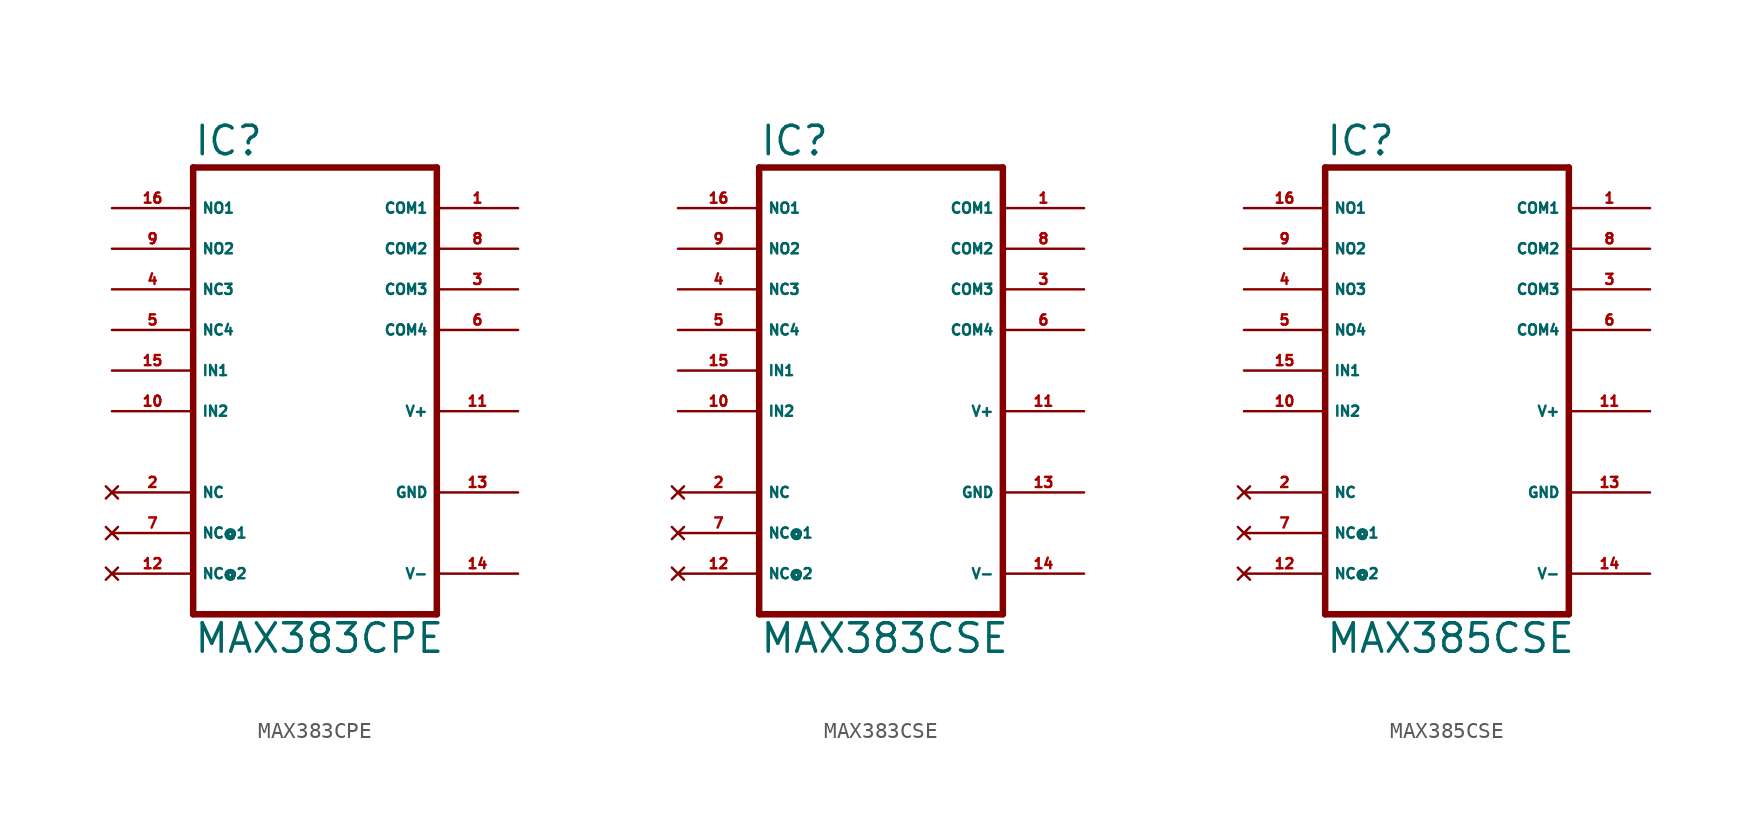
<source format=kicad_sym>
(kicad_symbol_lib
  (version 20220914)
  (generator Eagle2Kicad)
  (symbol "MAX383CPE"
    (property "Reference" "IC"
      (at -7.62 15.875 0)
      (effects (font (size 1.778 1.778) (thickness 0.22)) (justify left bottom)))
    (property "Value" "MAX383CPE"
      (at -7.62 -15.24 0)
      (effects (font (size 1.778 1.778) (thickness 0.22)) (justify left bottom)))
    (polyline
      (pts (xy -7.62 -12.7) (xy 7.62 -12.7))
      (stroke (width 0.406) (type default))
      (fill (type none)))
    (polyline
      (pts (xy 7.62 -12.7) (xy 7.62 15.24))
      (stroke (width 0.406) (type default))
      (fill (type none)))
    (polyline
      (pts (xy 7.62 15.24) (xy -7.62 15.24))
      (stroke (width 0.406) (type default))
      (fill (type none)))
    (polyline
      (pts (xy -7.62 15.24) (xy -7.62 -12.7))
      (stroke (width 0.406) (type default))
      (fill (type none)))
    (pin input line
      (at -12.7 2.54 0)
      (length 5.08)
      (name "IN1" (effects (font (size 0.635 0.635) (thickness 0.08)) (justify left bottom)))
      (number "15" (effects (font (size 0.635 0.635) (thickness 0.08)) (justify left bottom))))
    (pin input line
      (at -12.7 0 0)
      (length 5.08)
      (name "IN2" (effects (font (size 0.635 0.635) (thickness 0.08)) (justify left bottom)))
      (number "10" (effects (font (size 0.635 0.635) (thickness 0.08)) (justify left bottom))))
    (pin passive line
      (at -12.7 12.7 0)
      (length 5.08)
      (name "NO1" (effects (font (size 0.635 0.635) (thickness 0.08)) (justify left bottom)))
      (number "16" (effects (font (size 0.635 0.635) (thickness 0.08)) (justify left bottom))))
    (pin passive line
      (at -12.7 10.16 0)
      (length 5.08)
      (name "NO2" (effects (font (size 0.635 0.635) (thickness 0.08)) (justify left bottom)))
      (number "9" (effects (font (size 0.635 0.635) (thickness 0.08)) (justify left bottom))))
    (pin passive line
      (at 12.7 12.7 180)
      (length 5.08)
      (name "COM1" (effects (font (size 0.635 0.635) (thickness 0.08)) (justify left bottom)))
      (number "1" (effects (font (size 0.635 0.635) (thickness 0.08)) (justify left bottom))))
    (pin passive line
      (at 12.7 10.16 180)
      (length 5.08)
      (name "COM2" (effects (font (size 0.635 0.635) (thickness 0.08)) (justify left bottom)))
      (number "8" (effects (font (size 0.635 0.635) (thickness 0.08)) (justify left bottom))))
    (pin unspecified line
      (at 12.7 0 180)
      (length 5.08)
      (name "V+" (effects (font (size 0.635 0.635) (thickness 0.08)) (justify left bottom)))
      (number "11" (effects (font (size 0.635 0.635) (thickness 0.08)) (justify left bottom))))
    (pin unspecified line
      (at 12.7 -5.08 180)
      (length 5.08)
      (name "GND" (effects (font (size 0.635 0.635) (thickness 0.08)) (justify left bottom)))
      (number "13" (effects (font (size 0.635 0.635) (thickness 0.08)) (justify left bottom))))
    (pin unspecified line
      (at 12.7 -10.16 180)
      (length 5.08)
      (name "V-" (effects (font (size 0.635 0.635) (thickness 0.08)) (justify left bottom)))
      (number "14" (effects (font (size 0.635 0.635) (thickness 0.08)) (justify left bottom))))
    (pin no_connect line
      (at -12.7 -5.08 0)
      (length 5.08)
      (name "NC" (effects (font (size 0.635 0.635) (thickness 0.08)) (justify left bottom) hide))
      (number "2" (effects (font (size 0.635 0.635) (thickness 0.08)) (justify left bottom) hide)))
    (pin no_connect line
      (at -12.7 -7.62 0)
      (length 5.08)
      (name "NC@1" (effects (font (size 0.635 0.635) (thickness 0.08)) (justify left bottom) hide))
      (number "7" (effects (font (size 0.635 0.635) (thickness 0.08)) (justify left bottom) hide)))
    (pin no_connect line
      (at -12.7 -10.16 0)
      (length 5.08)
      (name "NC@2" (effects (font (size 0.635 0.635) (thickness 0.08)) (justify left bottom) hide))
      (number "12" (effects (font (size 0.635 0.635) (thickness 0.08)) (justify left bottom) hide)))
    (pin passive line
      (at -12.7 7.62 0)
      (length 5.08)
      (name "NC3" (effects (font (size 0.635 0.635) (thickness 0.08)) (justify left bottom)))
      (number "4" (effects (font (size 0.635 0.635) (thickness 0.08)) (justify left bottom))))
    (pin passive line
      (at -12.7 5.08 0)
      (length 5.08)
      (name "NC4" (effects (font (size 0.635 0.635) (thickness 0.08)) (justify left bottom)))
      (number "5" (effects (font (size 0.635 0.635) (thickness 0.08)) (justify left bottom))))
    (pin passive line
      (at 12.7 7.62 180)
      (length 5.08)
      (name "COM3" (effects (font (size 0.635 0.635) (thickness 0.08)) (justify left bottom)))
      (number "3" (effects (font (size 0.635 0.635) (thickness 0.08)) (justify left bottom))))
    (pin passive line
      (at 12.7 5.08 180)
      (length 5.08)
      (name "COM4" (effects (font (size 0.635 0.635) (thickness 0.08)) (justify left bottom)))
      (number "6" (effects (font (size 0.635 0.635) (thickness 0.08)) (justify left bottom)))))
  (symbol "MAX383CSE"
    (property "Reference" "IC"
      (at -7.62 15.875 0)
      (effects (font (size 1.778 1.778) (thickness 0.22)) (justify left bottom)))
    (property "Value" "MAX383CSE"
      (at -7.62 -15.24 0)
      (effects (font (size 1.778 1.778) (thickness 0.22)) (justify left bottom)))
    (polyline
      (pts (xy -7.62 -12.7) (xy 7.62 -12.7))
      (stroke (width 0.406) (type default))
      (fill (type none)))
    (polyline
      (pts (xy 7.62 -12.7) (xy 7.62 15.24))
      (stroke (width 0.406) (type default))
      (fill (type none)))
    (polyline
      (pts (xy 7.62 15.24) (xy -7.62 15.24))
      (stroke (width 0.406) (type default))
      (fill (type none)))
    (polyline
      (pts (xy -7.62 15.24) (xy -7.62 -12.7))
      (stroke (width 0.406) (type default))
      (fill (type none)))
    (pin input line
      (at -12.7 2.54 0)
      (length 5.08)
      (name "IN1" (effects (font (size 0.635 0.635) (thickness 0.08)) (justify left bottom)))
      (number "15" (effects (font (size 0.635 0.635) (thickness 0.08)) (justify left bottom))))
    (pin input line
      (at -12.7 0 0)
      (length 5.08)
      (name "IN2" (effects (font (size 0.635 0.635) (thickness 0.08)) (justify left bottom)))
      (number "10" (effects (font (size 0.635 0.635) (thickness 0.08)) (justify left bottom))))
    (pin passive line
      (at -12.7 12.7 0)
      (length 5.08)
      (name "NO1" (effects (font (size 0.635 0.635) (thickness 0.08)) (justify left bottom)))
      (number "16" (effects (font (size 0.635 0.635) (thickness 0.08)) (justify left bottom))))
    (pin passive line
      (at -12.7 10.16 0)
      (length 5.08)
      (name "NO2" (effects (font (size 0.635 0.635) (thickness 0.08)) (justify left bottom)))
      (number "9" (effects (font (size 0.635 0.635) (thickness 0.08)) (justify left bottom))))
    (pin passive line
      (at 12.7 12.7 180)
      (length 5.08)
      (name "COM1" (effects (font (size 0.635 0.635) (thickness 0.08)) (justify left bottom)))
      (number "1" (effects (font (size 0.635 0.635) (thickness 0.08)) (justify left bottom))))
    (pin passive line
      (at 12.7 10.16 180)
      (length 5.08)
      (name "COM2" (effects (font (size 0.635 0.635) (thickness 0.08)) (justify left bottom)))
      (number "8" (effects (font (size 0.635 0.635) (thickness 0.08)) (justify left bottom))))
    (pin unspecified line
      (at 12.7 0 180)
      (length 5.08)
      (name "V+" (effects (font (size 0.635 0.635) (thickness 0.08)) (justify left bottom)))
      (number "11" (effects (font (size 0.635 0.635) (thickness 0.08)) (justify left bottom))))
    (pin unspecified line
      (at 12.7 -5.08 180)
      (length 5.08)
      (name "GND" (effects (font (size 0.635 0.635) (thickness 0.08)) (justify left bottom)))
      (number "13" (effects (font (size 0.635 0.635) (thickness 0.08)) (justify left bottom))))
    (pin unspecified line
      (at 12.7 -10.16 180)
      (length 5.08)
      (name "V-" (effects (font (size 0.635 0.635) (thickness 0.08)) (justify left bottom)))
      (number "14" (effects (font (size 0.635 0.635) (thickness 0.08)) (justify left bottom))))
    (pin no_connect line
      (at -12.7 -5.08 0)
      (length 5.08)
      (name "NC" (effects (font (size 0.635 0.635) (thickness 0.08)) (justify left bottom) hide))
      (number "2" (effects (font (size 0.635 0.635) (thickness 0.08)) (justify left bottom) hide)))
    (pin no_connect line
      (at -12.7 -7.62 0)
      (length 5.08)
      (name "NC@1" (effects (font (size 0.635 0.635) (thickness 0.08)) (justify left bottom) hide))
      (number "7" (effects (font (size 0.635 0.635) (thickness 0.08)) (justify left bottom) hide)))
    (pin no_connect line
      (at -12.7 -10.16 0)
      (length 5.08)
      (name "NC@2" (effects (font (size 0.635 0.635) (thickness 0.08)) (justify left bottom) hide))
      (number "12" (effects (font (size 0.635 0.635) (thickness 0.08)) (justify left bottom) hide)))
    (pin passive line
      (at -12.7 7.62 0)
      (length 5.08)
      (name "NC3" (effects (font (size 0.635 0.635) (thickness 0.08)) (justify left bottom)))
      (number "4" (effects (font (size 0.635 0.635) (thickness 0.08)) (justify left bottom))))
    (pin passive line
      (at -12.7 5.08 0)
      (length 5.08)
      (name "NC4" (effects (font (size 0.635 0.635) (thickness 0.08)) (justify left bottom)))
      (number "5" (effects (font (size 0.635 0.635) (thickness 0.08)) (justify left bottom))))
    (pin passive line
      (at 12.7 7.62 180)
      (length 5.08)
      (name "COM3" (effects (font (size 0.635 0.635) (thickness 0.08)) (justify left bottom)))
      (number "3" (effects (font (size 0.635 0.635) (thickness 0.08)) (justify left bottom))))
    (pin passive line
      (at 12.7 5.08 180)
      (length 5.08)
      (name "COM4" (effects (font (size 0.635 0.635) (thickness 0.08)) (justify left bottom)))
      (number "6" (effects (font (size 0.635 0.635) (thickness 0.08)) (justify left bottom)))))
  (symbol "MAX385CSE"
    (property "Reference" "IC"
      (at -7.62 15.875 0)
      (effects (font (size 1.778 1.778) (thickness 0.22)) (justify left bottom)))
    (property "Value" "MAX385CSE"
      (at -7.62 -15.24 0)
      (effects (font (size 1.778 1.778) (thickness 0.22)) (justify left bottom)))
    (polyline
      (pts (xy -7.62 -12.7) (xy 7.62 -12.7))
      (stroke (width 0.406) (type default))
      (fill (type none)))
    (polyline
      (pts (xy 7.62 -12.7) (xy 7.62 15.24))
      (stroke (width 0.406) (type default))
      (fill (type none)))
    (polyline
      (pts (xy 7.62 15.24) (xy -7.62 15.24))
      (stroke (width 0.406) (type default))
      (fill (type none)))
    (polyline
      (pts (xy -7.62 15.24) (xy -7.62 -12.7))
      (stroke (width 0.406) (type default))
      (fill (type none)))
    (pin input line
      (at -12.7 2.54 0)
      (length 5.08)
      (name "IN1" (effects (font (size 0.635 0.635) (thickness 0.08)) (justify left bottom)))
      (number "15" (effects (font (size 0.635 0.635) (thickness 0.08)) (justify left bottom))))
    (pin input line
      (at -12.7 0 0)
      (length 5.08)
      (name "IN2" (effects (font (size 0.635 0.635) (thickness 0.08)) (justify left bottom)))
      (number "10" (effects (font (size 0.635 0.635) (thickness 0.08)) (justify left bottom))))
    (pin passive line
      (at -12.7 12.7 0)
      (length 5.08)
      (name "NO1" (effects (font (size 0.635 0.635) (thickness 0.08)) (justify left bottom)))
      (number "16" (effects (font (size 0.635 0.635) (thickness 0.08)) (justify left bottom))))
    (pin passive line
      (at -12.7 10.16 0)
      (length 5.08)
      (name "NO2" (effects (font (size 0.635 0.635) (thickness 0.08)) (justify left bottom)))
      (number "9" (effects (font (size 0.635 0.635) (thickness 0.08)) (justify left bottom))))
    (pin passive line
      (at 12.7 12.7 180)
      (length 5.08)
      (name "COM1" (effects (font (size 0.635 0.635) (thickness 0.08)) (justify left bottom)))
      (number "1" (effects (font (size 0.635 0.635) (thickness 0.08)) (justify left bottom))))
    (pin passive line
      (at 12.7 10.16 180)
      (length 5.08)
      (name "COM2" (effects (font (size 0.635 0.635) (thickness 0.08)) (justify left bottom)))
      (number "8" (effects (font (size 0.635 0.635) (thickness 0.08)) (justify left bottom))))
    (pin unspecified line
      (at 12.7 0 180)
      (length 5.08)
      (name "V+" (effects (font (size 0.635 0.635) (thickness 0.08)) (justify left bottom)))
      (number "11" (effects (font (size 0.635 0.635) (thickness 0.08)) (justify left bottom))))
    (pin unspecified line
      (at 12.7 -5.08 180)
      (length 5.08)
      (name "GND" (effects (font (size 0.635 0.635) (thickness 0.08)) (justify left bottom)))
      (number "13" (effects (font (size 0.635 0.635) (thickness 0.08)) (justify left bottom))))
    (pin unspecified line
      (at 12.7 -10.16 180)
      (length 5.08)
      (name "V-" (effects (font (size 0.635 0.635) (thickness 0.08)) (justify left bottom)))
      (number "14" (effects (font (size 0.635 0.635) (thickness 0.08)) (justify left bottom))))
    (pin no_connect line
      (at -12.7 -5.08 0)
      (length 5.08)
      (name "NC" (effects (font (size 0.635 0.635) (thickness 0.08)) (justify left bottom) hide))
      (number "2" (effects (font (size 0.635 0.635) (thickness 0.08)) (justify left bottom) hide)))
    (pin no_connect line
      (at -12.7 -7.62 0)
      (length 5.08)
      (name "NC@1" (effects (font (size 0.635 0.635) (thickness 0.08)) (justify left bottom) hide))
      (number "7" (effects (font (size 0.635 0.635) (thickness 0.08)) (justify left bottom) hide)))
    (pin no_connect line
      (at -12.7 -10.16 0)
      (length 5.08)
      (name "NC@2" (effects (font (size 0.635 0.635) (thickness 0.08)) (justify left bottom) hide))
      (number "12" (effects (font (size 0.635 0.635) (thickness 0.08)) (justify left bottom) hide)))
    (pin passive line
      (at -12.7 7.62 0)
      (length 5.08)
      (name "NO3" (effects (font (size 0.635 0.635) (thickness 0.08)) (justify left bottom)))
      (number "4" (effects (font (size 0.635 0.635) (thickness 0.08)) (justify left bottom))))
    (pin passive line
      (at -12.7 5.08 0)
      (length 5.08)
      (name "NO4" (effects (font (size 0.635 0.635) (thickness 0.08)) (justify left bottom)))
      (number "5" (effects (font (size 0.635 0.635) (thickness 0.08)) (justify left bottom))))
    (pin passive line
      (at 12.7 7.62 180)
      (length 5.08)
      (name "COM3" (effects (font (size 0.635 0.635) (thickness 0.08)) (justify left bottom)))
      (number "3" (effects (font (size 0.635 0.635) (thickness 0.08)) (justify left bottom))))
    (pin passive line
      (at 12.7 5.08 180)
      (length 5.08)
      (name "COM4" (effects (font (size 0.635 0.635) (thickness 0.08)) (justify left bottom)))
      (number "6" (effects (font (size 0.635 0.635) (thickness 0.08)) (justify left bottom))))))
</source>
